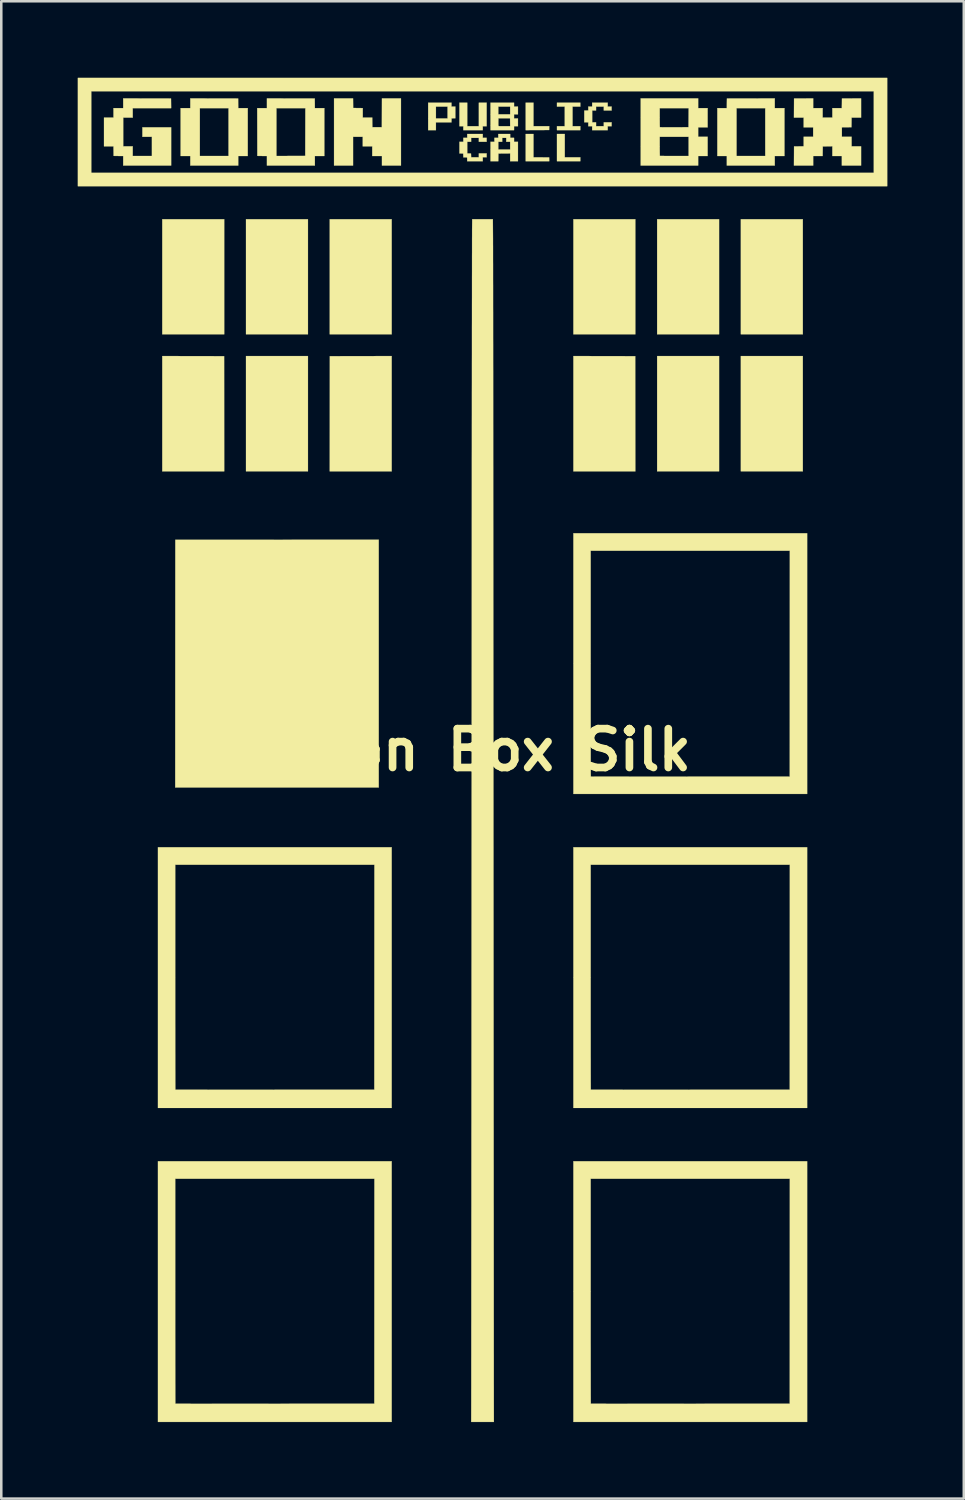
<source format=kicad_pcb>
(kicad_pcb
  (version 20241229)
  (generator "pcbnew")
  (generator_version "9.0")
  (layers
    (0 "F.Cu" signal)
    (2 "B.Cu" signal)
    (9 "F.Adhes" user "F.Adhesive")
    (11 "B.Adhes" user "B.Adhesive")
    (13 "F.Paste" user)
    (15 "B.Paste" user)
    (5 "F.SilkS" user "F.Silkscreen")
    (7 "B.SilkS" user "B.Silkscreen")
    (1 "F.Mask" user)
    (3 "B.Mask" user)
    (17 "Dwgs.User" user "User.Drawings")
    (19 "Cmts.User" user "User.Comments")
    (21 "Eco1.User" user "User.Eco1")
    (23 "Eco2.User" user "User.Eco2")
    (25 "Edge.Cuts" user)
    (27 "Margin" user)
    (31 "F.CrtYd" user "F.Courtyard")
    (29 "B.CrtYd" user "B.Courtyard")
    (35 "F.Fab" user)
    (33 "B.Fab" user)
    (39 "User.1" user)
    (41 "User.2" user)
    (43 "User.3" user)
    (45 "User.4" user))
  (footprint "Goon Box Silk"
    (layer "F.Cu")
    (at 15.866 26.361)
    (property "Reference" "Goon Box Silk" (at 0 0 0) (layer "F.SilkS") (effects (font (size 1.524 1.524) (thickness 0.3))))
    (attr through_hole)
    (fp_poly (pts (xy -10.123 -16.301) (xy -12.552 -16.301) (xy -12.552 -20.813) (xy -10.123 -20.813) (xy -10.123 -16.301)) (stroke (width 0.01) (type solid)) (fill yes) (layer "F.SilkS"))
    (fp_poly (pts (xy -6.839 -16.301) (xy -9.268 -16.301) (xy -9.268 -20.813) (xy -6.839 -20.813) (xy -6.839 -16.301)) (stroke (width 0.01) (type solid)) (fill yes) (layer "F.SilkS"))
    (fp_poly (pts (xy -6.839 -10.927) (xy -9.268 -10.927) (xy -9.268 -15.447) (xy -6.839 -15.447) (xy -6.839 -10.927)) (stroke (width 0.01) (type solid)) (fill yes) (layer "F.SilkS"))
    (fp_poly (pts (xy -3.555 -16.301) (xy -5.984 -16.301) (xy -5.984 -20.813) (xy -3.555 -20.813) (xy -3.555 -16.301)) (stroke (width 0.01) (type solid)) (fill yes) (layer "F.SilkS"))
    (fp_poly (pts (xy 6.001 -16.301) (xy 3.572 -16.301) (xy 3.572 -20.813) (xy 6.001 -20.813) (xy 6.001 -16.301)) (stroke (width 0.01) (type solid)) (fill yes) (layer "F.SilkS"))
    (fp_poly (pts (xy 9.285 -16.301) (xy 6.856 -16.301) (xy 6.856 -20.813) (xy 9.285 -20.813) (xy 9.285 -16.301)) (stroke (width 0.01) (type solid)) (fill yes) (layer "F.SilkS"))
    (fp_poly (pts (xy 9.285 -10.927) (xy 6.856 -10.927) (xy 6.856 -15.447) (xy 9.285 -15.447) (xy 9.285 -10.927)) (stroke (width 0.01) (type solid)) (fill yes) (layer "F.SilkS"))
    (fp_poly (pts (xy 12.569 -16.301) (xy 10.14 -16.301) (xy 10.14 -20.813) (xy 12.569 -20.813) (xy 12.569 -16.301)) (stroke (width 0.01) (type solid)) (fill yes) (layer "F.SilkS"))
    (fp_poly (pts (xy 12.569 -10.927) (xy 10.14 -10.927) (xy 10.14 -15.447) (xy 12.569 -15.447) (xy 12.569 -10.927)) (stroke (width 0.01) (type solid)) (fill yes) (layer "F.SilkS"))
    (fp_poly (pts (xy -4.063 1.473) (xy -12.044 1.473) (xy -12.042 -3.383) (xy -12.04 -8.24) (xy -4.063 -8.244) (xy -4.063 1.473)) (stroke (width 0.01) (type solid)) (fill yes) (layer "F.SilkS"))
    (fp_poly (pts (xy -11.339 -15.444) (xy -10.127 -15.442) (xy -10.125 -13.185) (xy -10.123 -10.927) (xy -12.552 -10.927) (xy -12.552 -15.447) (xy -11.339 -15.444)) (stroke (width 0.01) (type solid)) (fill yes) (layer "F.SilkS"))
    (fp_poly (pts (xy -3.555 -10.927) (xy -5.984 -10.927) (xy -5.982 -13.185) (xy -5.98 -15.442) (xy -4.767 -15.444) (xy -3.555 -15.447) (xy -3.555 -10.927)) (stroke (width 0.01) (type solid)) (fill yes) (layer "F.SilkS"))
    (fp_poly (pts (xy 3.233 -23.242) (xy 3.843 -23.242) (xy 3.843 -23.089) (xy 2.928 -23.089) (xy 2.928 -24.156) (xy 3.233 -24.156) (xy 3.233 -23.242)) (stroke (width 0.01) (type solid)) (fill yes) (layer "F.SilkS"))
    (fp_poly (pts (xy 4.784 -15.444) (xy 5.997 -15.442) (xy 5.999 -13.185) (xy 6.001 -10.927) (xy 3.572 -10.927) (xy 3.572 -15.447) (xy 4.784 -15.444)) (stroke (width 0.01) (type solid)) (fill yes) (layer "F.SilkS"))
    (fp_poly (pts (xy 2.006 -24.461) (xy 2.624 -24.461) (xy 2.622 -24.386) (xy 2.62 -24.312) (xy 2.16 -24.31) (xy 1.701 -24.308) (xy 1.701 -25.383) (xy 2.006 -25.383) (xy 2.006 -24.461)) (stroke (width 0.01) (type solid)) (fill yes) (layer "F.SilkS"))
    (fp_poly (pts (xy 2.006 -23.242) (xy 2.313 -23.24) (xy 2.62 -23.237) (xy 2.622 -23.163) (xy 2.624 -23.089) (xy 1.701 -23.089) (xy 1.701 -24.156) (xy 2.006 -24.156) (xy 2.006 -23.242)) (stroke (width 0.01) (type solid)) (fill yes) (layer "F.SilkS"))
    (fp_poly (pts (xy 15.878 -22.108) (xy -15.861 -22.108) (xy -15.861 -25.832) (xy -15.336 -25.832) (xy -15.336 -22.632) (xy 15.353 -22.632) (xy 15.353 -25.832) (xy -15.336 -25.832) (xy -15.861 -25.832) (xy -15.861 -26.356) (xy 15.878 -26.356) (xy 15.878 -22.108)) (stroke (width 0.01) (type solid)) (fill yes) (layer "F.SilkS"))
    (fp_poly (pts (xy -0.592 -24.461) (xy -0.135 -24.461) (xy -0.135 -25.383) (xy 0.169 -25.383) (xy 0.169 -24.461) (xy 0.017 -24.461) (xy 0.017 -24.308) (xy -0.745 -24.308) (xy -0.745 -24.461) (xy -0.897 -24.461) (xy -0.897 -25.383) (xy -0.592 -25.383) (xy -0.592 -24.461)) (stroke (width 0.01) (type solid)) (fill yes) (layer "F.SilkS"))
    (fp_poly (pts (xy 3.843 -25.231) (xy 3.538 -25.231) (xy 3.538 -24.461) (xy 3.843 -24.461) (xy 3.843 -24.308) (xy 2.928 -24.308) (xy 2.928 -24.461) (xy 3.233 -24.461) (xy 3.233 -25.231) (xy 2.928 -25.231) (xy 2.928 -25.383) (xy 3.843 -25.383) (xy 3.843 -25.231)) (stroke (width 0.01) (type solid)) (fill yes) (layer "F.SilkS"))
    (fp_poly (pts (xy -9.577 -25.548) (xy -9.575 -25.36) (xy -9.572 -25.171) (xy -9.2 -25.171) (xy -9.2 -23.293) (xy -9.573 -23.293) (xy -9.573 -22.92) (xy -11.452 -22.92) (xy -11.452 -23.293) (xy -11.832 -23.293) (xy -11.832 -25.171) (xy -11.452 -25.171) (xy -11.079 -25.171) (xy -11.079 -23.293) (xy -9.953 -23.293) (xy -9.953 -25.171) (xy -11.079 -25.171) (xy -11.452 -25.171) (xy -11.452 -25.552) (xy -9.577 -25.548)) (stroke (width 0.01) (type solid)) (fill yes) (layer "F.SilkS"))
    (fp_poly (pts (xy -1.21 -25.231) (xy -1.058 -25.231) (xy -1.058 -24.774) (xy -1.132 -24.772) (xy -1.206 -24.769) (xy -1.209 -24.691) (xy -1.211 -24.613) (xy -1.82 -24.613) (xy -1.82 -24.308) (xy -2.124 -24.308) (xy -2.124 -25.231) (xy -1.82 -25.231) (xy -1.82 -24.765) (xy -1.363 -24.765) (xy -1.363 -25.231) (xy -1.82 -25.231) (xy -2.124 -25.231) (xy -2.124 -25.383) (xy -1.21 -25.383) (xy -1.21 -25.231)) (stroke (width 0.01) (type solid)) (fill yes) (layer "F.SilkS"))
    (fp_poly (pts (xy 11.469 -25.171) (xy 11.849 -25.171) (xy 11.849 -23.293) (xy 11.469 -23.293) (xy 11.469 -22.92) (xy 9.59 -22.92) (xy 9.59 -23.293) (xy 9.217 -23.293) (xy 9.217 -25.171) (xy 9.589 -25.171) (xy 9.97 -25.171) (xy 9.97 -23.293) (xy 11.096 -23.293) (xy 11.096 -25.171) (xy 9.97 -25.171) (xy 9.589 -25.171) (xy 9.591 -25.36) (xy 9.594 -25.548) (xy 11.469 -25.552) (xy 11.469 -25.171)) (stroke (width 0.01) (type solid)) (fill yes) (layer "F.SilkS"))
    (fp_poly (pts (xy -6.572 -25.548) (xy -6.57 -25.36) (xy -6.568 -25.171) (xy -6.196 -25.171) (xy -6.196 -23.293) (xy -6.568 -23.293) (xy -6.568 -22.92) (xy -8.447 -22.92) (xy -8.447 -23.292) (xy -8.635 -23.294) (xy -8.824 -23.297) (xy -8.828 -25.171) (xy -8.447 -25.171) (xy -8.075 -25.171) (xy -8.075 -23.292) (xy -7.51 -23.295) (xy -6.945 -23.297) (xy -6.94 -25.171) (xy -8.075 -25.171) (xy -8.447 -25.171) (xy -8.447 -25.552) (xy -6.572 -25.548)) (stroke (width 0.01) (type solid)) (fill yes) (layer "F.SilkS"))
    (fp_poly (pts (xy -5.068 -25.364) (xy -5.066 -25.176) (xy -4.877 -25.173) (xy -4.689 -25.171) (xy -4.689 -24.799) (xy -4.317 -24.799) (xy -4.315 -24.611) (xy -4.312 -24.422) (xy -3.94 -24.422) (xy -3.938 -24.987) (xy -3.936 -25.552) (xy -3.191 -25.552) (xy -3.191 -22.92) (xy -3.936 -22.92) (xy -3.936 -23.293) (xy -4.317 -23.293) (xy -4.317 -23.673) (xy -4.689 -23.673) (xy -4.689 -24.046) (xy -5.07 -24.046) (xy -5.07 -22.92) (xy -5.815 -22.92) (xy -5.815 -25.552) (xy -5.07 -25.552) (xy -5.068 -25.364)) (stroke (width 0.01) (type solid)) (fill yes) (layer "F.SilkS"))
    (fp_poly (pts (xy -12.209 -25.548) (xy -12.207 -25.36) (xy -12.205 -25.171) (xy -13.711 -25.171) (xy -13.711 -24.799) (xy -14.084 -24.799) (xy -14.084 -23.673) (xy -13.711 -23.673) (xy -13.711 -23.293) (xy -12.958 -23.293) (xy -12.958 -24.046) (xy -13.331 -24.046) (xy -13.331 -24.418) (xy -12.205 -24.418) (xy -12.205 -22.92) (xy -14.084 -22.92) (xy -14.084 -23.292) (xy -14.272 -23.294) (xy -14.46 -23.297) (xy -14.465 -23.673) (xy -14.837 -23.673) (xy -14.837 -24.799) (xy -14.465 -24.799) (xy -14.465 -25.171) (xy -14.084 -25.171) (xy -14.084 -25.552) (xy -12.209 -25.548)) (stroke (width 0.01) (type solid)) (fill yes) (layer "F.SilkS"))
    (fp_poly (pts (xy 1.092 -24.003) (xy 1.244 -24.003) (xy 1.244 -23.851) (xy 1.397 -23.851) (xy 1.397 -23.089) (xy 1.092 -23.089) (xy 1.092 -23.394) (xy 0.631 -23.39) (xy 0.628 -23.24) (xy 0.626 -23.089) (xy 0.322 -23.089) (xy 0.322 -23.851) (xy 0.474 -23.851) (xy 0.626 -23.851) (xy 0.626 -23.546) (xy 1.092 -23.546) (xy 1.092 -23.851) (xy 0.939 -23.851) (xy 0.939 -24.003) (xy 0.779 -24.003) (xy 0.779 -23.851) (xy 0.626 -23.851) (xy 0.474 -23.851) (xy 0.474 -24.003) (xy 0.626 -24.003) (xy 0.626 -24.156) (xy 1.092 -24.156) (xy 1.092 -24.003)) (stroke (width 0.01) (type solid)) (fill yes) (layer "F.SilkS"))
    (fp_poly (pts (xy 4.917 -25.231) (xy 5.07 -25.231) (xy 5.07 -25.078) (xy 4.765 -25.078) (xy 4.765 -25.231) (xy 4.46 -25.231) (xy 4.46 -25.078) (xy 4.308 -25.078) (xy 4.308 -24.613) (xy 4.46 -24.613) (xy 4.46 -24.461) (xy 4.765 -24.461) (xy 4.765 -24.613) (xy 5.07 -24.613) (xy 5.07 -24.461) (xy 4.917 -24.461) (xy 4.917 -24.308) (xy 4.308 -24.308) (xy 4.308 -24.461) (xy 4.156 -24.461) (xy 4.156 -24.612) (xy 4.077 -24.615) (xy 3.999 -24.617) (xy 3.999 -25.074) (xy 4.077 -25.077) (xy 4.156 -25.079) (xy 4.156 -25.231) (xy 4.308 -25.231) (xy 4.308 -25.383) (xy 4.917 -25.383) (xy 4.917 -25.231)) (stroke (width 0.01) (type solid)) (fill yes) (layer "F.SilkS"))
    (fp_poly (pts (xy 0.017 -24.003) (xy 0.169 -24.003) (xy 0.169 -23.851) (xy -0.135 -23.851) (xy -0.135 -24.003) (xy -0.44 -24.003) (xy -0.44 -23.851) (xy -0.592 -23.851) (xy -0.592 -23.395) (xy -0.518 -23.392) (xy -0.444 -23.39) (xy -0.442 -23.316) (xy -0.439 -23.242) (xy -0.135 -23.242) (xy -0.135 -23.394) (xy 0.169 -23.394) (xy 0.169 -23.242) (xy 0.017 -23.242) (xy 0.017 -23.089) (xy -0.592 -23.089) (xy -0.594 -23.163) (xy -0.597 -23.237) (xy -0.67 -23.24) (xy -0.744 -23.242) (xy -0.749 -23.39) (xy -0.823 -23.392) (xy -0.897 -23.395) (xy -0.897 -23.851) (xy -0.745 -23.851) (xy -0.745 -24.003) (xy -0.592 -24.003) (xy -0.592 -24.156) (xy 0.017 -24.156) (xy 0.017 -24.003)) (stroke (width 0.01) (type solid)) (fill yes) (layer "F.SilkS"))
    (fp_poly (pts (xy 1.244 -25.231) (xy 1.397 -25.231) (xy 1.397 -24.926) (xy 1.244 -24.926) (xy 1.244 -24.765) (xy 1.397 -24.765) (xy 1.397 -24.461) (xy 1.244 -24.461) (xy 1.244 -24.308) (xy 0.322 -24.308) (xy 0.322 -24.535) (xy 0.628 -24.535) (xy 0.628 -24.501) (xy 0.629 -24.479) (xy 0.63 -24.471) (xy 0.635 -24.468) (xy 0.648 -24.465) (xy 0.67 -24.463) (xy 0.703 -24.462) (xy 0.749 -24.461) (xy 0.809 -24.461) (xy 0.863 -24.461) (xy 1.092 -24.461) (xy 1.088 -24.769) (xy 0.631 -24.769) (xy 0.628 -24.626) (xy 0.628 -24.578) (xy 0.628 -24.535) (xy 0.322 -24.535) (xy 0.322 -25.231) (xy 0.626 -25.231) (xy 0.626 -24.926) (xy 1.092 -24.926) (xy 1.092 -25.231) (xy 0.626 -25.231) (xy 0.322 -25.231) (xy 0.322 -25.383) (xy 1.244 -25.383) (xy 1.244 -25.231)) (stroke (width 0.01) (type solid)) (fill yes) (layer "F.SilkS"))
    (fp_poly (pts (xy 14.854 -24.799) (xy 14.482 -24.799) (xy 14.48 -24.611) (xy 14.477 -24.422) (xy 14.289 -24.42) (xy 14.101 -24.418) (xy 14.101 -24.046) (xy 14.482 -24.046) (xy 14.482 -23.673) (xy 14.854 -23.673) (xy 14.854 -22.92) (xy 14.101 -22.92) (xy 14.101 -23.293) (xy 13.728 -23.293) (xy 13.728 -23.674) (xy 13.54 -23.671) (xy 13.352 -23.669) (xy 13.347 -23.293) (xy 12.975 -23.293) (xy 12.975 -22.92) (xy 12.222 -22.92) (xy 12.224 -23.295) (xy 12.226 -23.669) (xy 12.414 -23.671) (xy 12.603 -23.674) (xy 12.603 -24.046) (xy 12.975 -24.046) (xy 12.975 -24.418) (xy 12.603 -24.418) (xy 12.603 -24.799) (xy 12.222 -24.799) (xy 12.226 -25.548) (xy 12.601 -25.55) (xy 12.975 -25.553) (xy 12.975 -25.171) (xy 13.347 -25.171) (xy 13.347 -24.799) (xy 13.728 -24.799) (xy 13.728 -25.171) (xy 14.1 -25.171) (xy 14.103 -25.36) (xy 14.105 -25.548) (xy 14.854 -25.553) (xy 14.854 -24.799)) (stroke (width 0.01) (type solid)) (fill yes) (layer "F.SilkS"))
    (fp_poly (pts (xy 8.464 -25.171) (xy 8.836 -25.171) (xy 8.836 -24.418) (xy 8.464 -24.418) (xy 8.464 -24.046) (xy 8.836 -24.046) (xy 8.836 -23.293) (xy 8.464 -23.293) (xy 8.464 -22.92) (xy 6.212 -22.92) (xy 6.212 -24.046) (xy 6.957 -24.046) (xy 6.957 -23.675) (xy 6.957 -23.597) (xy 6.958 -23.525) (xy 6.958 -23.459) (xy 6.959 -23.403) (xy 6.96 -23.357) (xy 6.961 -23.323) (xy 6.962 -23.303) (xy 6.963 -23.298) (xy 6.972 -23.297) (xy 6.997 -23.296) (xy 7.036 -23.295) (xy 7.087 -23.295) (xy 7.15 -23.294) (xy 7.223 -23.293) (xy 7.304 -23.293) (xy 7.392 -23.293) (xy 7.486 -23.293) (xy 7.53 -23.293) (xy 8.091 -23.293) (xy 8.091 -24.046) (xy 6.957 -24.046) (xy 6.212 -24.046) (xy 6.212 -25.171) (xy 6.957 -25.171) (xy 6.957 -24.8) (xy 6.957 -24.723) (xy 6.958 -24.65) (xy 6.958 -24.585) (xy 6.959 -24.528) (xy 6.96 -24.482) (xy 6.961 -24.448) (xy 6.962 -24.428) (xy 6.963 -24.424) (xy 6.972 -24.423) (xy 6.997 -24.422) (xy 7.036 -24.421) (xy 7.087 -24.421) (xy 7.15 -24.42) (xy 7.223 -24.42) (xy 7.304 -24.42) (xy 7.392 -24.42) (xy 7.486 -24.42) (xy 7.528 -24.42) (xy 8.087 -24.422) (xy 8.092 -25.171) (xy 6.957 -25.171) (xy 6.212 -25.171) (xy 6.212 -25.552) (xy 8.464 -25.552) (xy 8.464 -25.171)) (stroke (width 0.01) (type solid)) (fill yes) (layer "F.SilkS"))
    (fp_poly (pts (xy 12.738 1.727) (xy 3.572 1.727) (xy 3.572 -7.812) (xy 4.249 -7.812) (xy 4.249 -3.387) (xy 4.249 -3.114) (xy 4.249 -2.845) (xy 4.249 -2.581) (xy 4.249 -2.323) (xy 4.249 -2.07) (xy 4.249 -1.823) (xy 4.249 -1.583) (xy 4.249 -1.35) (xy 4.25 -1.125) (xy 4.25 -0.908) (xy 4.25 -0.7) (xy 4.25 -0.501) (xy 4.25 -0.312) (xy 4.251 -0.132) (xy 4.251 0.036) (xy 4.251 0.193) (xy 4.251 0.339) (xy 4.252 0.472) (xy 4.252 0.593) (xy 4.252 0.7) (xy 4.253 0.794) (xy 4.253 0.874) (xy 4.253 0.939) (xy 4.254 0.989) (xy 4.254 1.023) (xy 4.254 1.041) (xy 4.255 1.044) (xy 4.263 1.044) (xy 4.288 1.045) (xy 4.329 1.045) (xy 4.386 1.045) (xy 4.457 1.046) (xy 4.542 1.046) (xy 4.642 1.046) (xy 4.754 1.046) (xy 4.879 1.047) (xy 5.016 1.047) (xy 5.165 1.047) (xy 5.325 1.047) (xy 5.496 1.047) (xy 5.677 1.047) (xy 5.867 1.048) (xy 6.066 1.048) (xy 6.274 1.048) (xy 6.489 1.048) (xy 6.712 1.048) (xy 6.942 1.048) (xy 7.178 1.048) (xy 7.42 1.048) (xy 7.668 1.048) (xy 7.92 1.048) (xy 8.158 1.047) (xy 12.057 1.045) (xy 12.061 -7.812) (xy 4.249 -7.812) (xy 3.572 -7.812) (xy 3.572 -8.498) (xy 12.738 -8.498) (xy 12.738 1.727)) (stroke (width 0.01) (type solid)) (fill yes) (layer "F.SilkS"))
    (fp_poly (pts (xy -3.555 14.042) (xy -12.721 14.042) (xy -12.721 4.503) (xy -12.044 4.503) (xy -12.044 8.911) (xy -12.044 9.183) (xy -12.044 9.452) (xy -12.044 9.715) (xy -12.044 9.973) (xy -12.044 10.226) (xy -12.044 10.472) (xy -12.044 10.711) (xy -12.043 10.944) (xy -12.043 11.168) (xy -12.043 11.385) (xy -12.043 11.592) (xy -12.043 11.791) (xy -12.042 11.979) (xy -12.042 12.158) (xy -12.042 12.326) (xy -12.042 12.482) (xy -12.041 12.627) (xy -12.041 12.76) (xy -12.041 12.88) (xy -12.041 12.987) (xy -12.04 13.08) (xy -12.04 13.159) (xy -12.04 13.223) (xy -12.039 13.272) (xy -12.039 13.305) (xy -12.039 13.323) (xy -12.038 13.325) (xy -12.03 13.325) (xy -12.005 13.326) (xy -11.963 13.326) (xy -11.907 13.326) (xy -11.836 13.327) (xy -11.751 13.327) (xy -11.651 13.327) (xy -11.539 13.327) (xy -11.414 13.328) (xy -11.276 13.328) (xy -11.128 13.328) (xy -10.967 13.328) (xy -10.797 13.328) (xy -10.616 13.329) (xy -10.426 13.329) (xy -10.227 13.329) (xy -10.019 13.329) (xy -9.804 13.329) (xy -9.581 13.329) (xy -9.351 13.329) (xy -9.115 13.329) (xy -8.873 13.329) (xy -8.625 13.329) (xy -8.373 13.329) (xy -8.134 13.328) (xy -4.236 13.326) (xy -4.234 8.915) (xy -4.232 4.503) (xy -12.044 4.503) (xy -12.721 4.503) (xy -12.721 3.817) (xy -3.555 3.817) (xy -3.555 14.042)) (stroke (width 0.01) (type solid)) (fill yes) (layer "F.SilkS"))
    (fp_poly (pts (xy -3.555 26.356) (xy -12.721 26.356) (xy -12.721 16.818) (xy -12.044 16.818) (xy -12.044 21.226) (xy -12.044 21.498) (xy -12.044 21.766) (xy -12.044 22.03) (xy -12.044 22.288) (xy -12.044 22.541) (xy -12.044 22.787) (xy -12.044 23.026) (xy -12.043 23.259) (xy -12.043 23.483) (xy -12.043 23.699) (xy -12.043 23.907) (xy -12.043 24.105) (xy -12.042 24.294) (xy -12.042 24.473) (xy -12.042 24.64) (xy -12.042 24.797) (xy -12.041 24.942) (xy -12.041 25.075) (xy -12.041 25.195) (xy -12.041 25.301) (xy -12.04 25.395) (xy -12.04 25.473) (xy -12.04 25.538) (xy -12.039 25.587) (xy -12.039 25.62) (xy -12.039 25.637) (xy -12.038 25.64) (xy -12.03 25.64) (xy -12.005 25.641) (xy -11.963 25.641) (xy -11.907 25.641) (xy -11.836 25.641) (xy -11.751 25.642) (xy -11.651 25.642) (xy -11.539 25.642) (xy -11.414 25.643) (xy -11.276 25.643) (xy -11.128 25.643) (xy -10.967 25.643) (xy -10.797 25.643) (xy -10.616 25.643) (xy -10.426 25.644) (xy -10.227 25.644) (xy -10.019 25.644) (xy -9.804 25.644) (xy -9.581 25.644) (xy -9.351 25.644) (xy -9.115 25.644) (xy -8.873 25.644) (xy -8.625 25.644) (xy -8.373 25.643) (xy -8.134 25.643) (xy -4.236 25.641) (xy -4.234 21.229) (xy -4.232 16.818) (xy -12.044 16.818) (xy -12.721 16.818) (xy -12.721 16.132) (xy -3.555 16.132) (xy -3.555 26.356)) (stroke (width 0.01) (type solid)) (fill yes) (layer "F.SilkS"))
    (fp_poly (pts (xy 12.738 14.042) (xy 3.572 14.042) (xy 3.572 4.503) (xy 4.249 4.503) (xy 4.249 8.911) (xy 4.249 9.183) (xy 4.249 9.452) (xy 4.249 9.715) (xy 4.249 9.973) (xy 4.249 10.226) (xy 4.249 10.472) (xy 4.249 10.711) (xy 4.249 10.944) (xy 4.25 11.168) (xy 4.25 11.385) (xy 4.25 11.592) (xy 4.25 11.791) (xy 4.25 11.979) (xy 4.251 12.158) (xy 4.251 12.326) (xy 4.251 12.482) (xy 4.251 12.627) (xy 4.252 12.76) (xy 4.252 12.88) (xy 4.252 12.987) (xy 4.253 13.08) (xy 4.253 13.159) (xy 4.253 13.223) (xy 4.254 13.272) (xy 4.254 13.305) (xy 4.254 13.323) (xy 4.255 13.325) (xy 4.263 13.325) (xy 4.288 13.326) (xy 4.329 13.326) (xy 4.386 13.326) (xy 4.457 13.327) (xy 4.542 13.327) (xy 4.642 13.327) (xy 4.754 13.327) (xy 4.879 13.328) (xy 5.016 13.328) (xy 5.165 13.328) (xy 5.325 13.328) (xy 5.496 13.328) (xy 5.677 13.329) (xy 5.867 13.329) (xy 6.066 13.329) (xy 6.274 13.329) (xy 6.489 13.329) (xy 6.712 13.329) (xy 6.942 13.329) (xy 7.178 13.329) (xy 7.42 13.329) (xy 7.668 13.329) (xy 7.92 13.329) (xy 8.158 13.328) (xy 12.057 13.326) (xy 12.059 8.915) (xy 12.061 4.503) (xy 4.249 4.503) (xy 3.572 4.503) (xy 3.572 3.817) (xy 12.738 3.817) (xy 12.738 14.042)) (stroke (width 0.01) (type solid)) (fill yes) (layer "F.SilkS"))
    (fp_poly (pts (xy 12.738 26.356) (xy 3.572 26.356) (xy 3.572 16.818) (xy 4.249 16.818) (xy 4.249 21.226) (xy 4.249 21.498) (xy 4.249 21.766) (xy 4.249 22.03) (xy 4.249 22.288) (xy 4.249 22.541) (xy 4.249 22.787) (xy 4.249 23.026) (xy 4.249 23.259) (xy 4.25 23.483) (xy 4.25 23.699) (xy 4.25 23.907) (xy 4.25 24.105) (xy 4.25 24.294) (xy 4.251 24.473) (xy 4.251 24.64) (xy 4.251 24.797) (xy 4.251 24.942) (xy 4.252 25.075) (xy 4.252 25.195) (xy 4.252 25.301) (xy 4.253 25.395) (xy 4.253 25.473) (xy 4.253 25.538) (xy 4.254 25.587) (xy 4.254 25.62) (xy 4.254 25.637) (xy 4.255 25.64) (xy 4.263 25.64) (xy 4.288 25.641) (xy 4.329 25.641) (xy 4.386 25.641) (xy 4.457 25.641) (xy 4.542 25.642) (xy 4.642 25.642) (xy 4.754 25.642) (xy 4.879 25.643) (xy 5.016 25.643) (xy 5.165 25.643) (xy 5.325 25.643) (xy 5.496 25.643) (xy 5.677 25.643) (xy 5.867 25.644) (xy 6.066 25.644) (xy 6.274 25.644) (xy 6.489 25.644) (xy 6.712 25.644) (xy 6.942 25.644) (xy 7.178 25.644) (xy 7.42 25.644) (xy 7.668 25.644) (xy 7.92 25.643) (xy 8.158 25.643) (xy 12.057 25.641) (xy 12.059 21.229) (xy 12.061 16.818) (xy 4.249 16.818) (xy 3.572 16.818) (xy 3.572 16.132) (xy 12.738 16.132) (xy 12.738 26.356)) (stroke (width 0.01) (type solid)) (fill yes) (layer "F.SilkS"))
    (fp_poly (pts (xy 0.418 -20.057) (xy 0.418 -20.028) (xy 0.418 -19.981) (xy 0.418 -19.919) (xy 0.418 -19.84) (xy 0.419 -19.745) (xy 0.419 -19.634) (xy 0.419 -19.508) (xy 0.419 -19.366) (xy 0.419 -19.209) (xy 0.42 -19.038) (xy 0.42 -18.852) (xy 0.42 -18.652) (xy 0.42 -18.437) (xy 0.421 -18.209) (xy 0.421 -17.966) (xy 0.421 -17.711) (xy 0.421 -17.442) (xy 0.422 -17.16) (xy 0.422 -16.866) (xy 0.422 -16.559) (xy 0.422 -16.24) (xy 0.423 -15.909) (xy 0.423 -15.566) (xy 0.423 -15.211) (xy 0.424 -14.845) (xy 0.424 -14.468) (xy 0.424 -14.08) (xy 0.425 -13.682) (xy 0.425 -13.273) (xy 0.425 -12.854) (xy 0.426 -12.425) (xy 0.426 -11.986) (xy 0.426 -11.538) (xy 0.427 -11.08) (xy 0.427 -10.614) (xy 0.427 -10.138) (xy 0.428 -9.655) (xy 0.428 -9.163) (xy 0.429 -8.663) (xy 0.429 -8.155) (xy 0.429 -7.639) (xy 0.43 -7.116) (xy 0.43 -6.586) (xy 0.43 -6.049) (xy 0.431 -5.505) (xy 0.431 -4.955) (xy 0.431 -4.399) (xy 0.432 -3.837) (xy 0.432 -3.269) (xy 0.433 -2.695) (xy 0.433 -2.116) (xy 0.433 -1.532) (xy 0.434 -0.944) (xy 0.434 -0.35) (xy 0.435 0.247) (xy 0.435 0.849) (xy 0.435 1.454) (xy 0.436 2.064) (xy 0.436 2.607) (xy 0.436 3.22) (xy 0.437 3.829) (xy 0.437 4.435) (xy 0.437 5.037) (xy 0.438 5.635) (xy 0.438 6.229) (xy 0.439 6.819) (xy 0.439 7.403) (xy 0.439 7.983) (xy 0.44 8.558) (xy 0.44 9.127) (xy 0.44 9.69) (xy 0.441 10.248) (xy 0.441 10.799) (xy 0.441 11.344) (xy 0.442 11.882) (xy 0.442 12.414) (xy 0.442 12.938) (xy 0.443 13.455) (xy 0.443 13.965) (xy 0.443 14.467) (xy 0.444 14.961) (xy 0.444 15.446) (xy 0.444 15.923) (xy 0.445 16.391) (xy 0.445 16.851) (xy 0.445 17.301) (xy 0.445 17.742) (xy 0.446 18.173) (xy 0.446 18.594) (xy 0.446 19.005) (xy 0.446 19.405) (xy 0.447 19.795) (xy 0.447 20.175) (xy 0.447 20.543) (xy 0.448 20.899) (xy 0.448 21.245) (xy 0.448 21.578) (xy 0.448 21.899) (xy 0.448 22.209) (xy 0.449 22.505) (xy 0.449 22.789) (xy 0.449 23.06) (xy 0.449 23.318) (xy 0.449 23.562) (xy 0.45 23.793) (xy 0.45 24.009) (xy 0.45 24.212) (xy 0.45 24.4) (xy 0.45 24.574) (xy 0.45 24.733) (xy 0.45 24.876) (xy 0.451 25.005) (xy 0.451 25.117) (xy 0.451 25.214) (xy 0.451 25.295) (xy 0.451 25.36) (xy 0.451 25.408) (xy 0.451 25.436) (xy 0.453 26.356) (xy -0.436 26.356) (xy -0.434 25.567) (xy -0.434 25.537) (xy -0.434 25.49) (xy -0.434 25.426) (xy -0.434 25.347) (xy -0.434 25.251) (xy -0.434 25.139) (xy -0.433 25.012) (xy -0.433 24.87) (xy -0.433 24.713) (xy -0.433 24.54) (xy -0.433 24.353) (xy -0.433 24.152) (xy -0.433 23.937) (xy -0.432 23.707) (xy -0.432 23.464) (xy -0.432 23.208) (xy -0.432 22.938) (xy -0.432 22.655) (xy -0.431 22.36) (xy -0.431 22.052) (xy -0.431 21.731) (xy -0.431 21.399) (xy -0.431 21.055) (xy -0.43 20.699) (xy -0.43 20.331) (xy -0.43 19.953) (xy -0.43 19.564) (xy -0.429 19.164) (xy -0.429 18.753) (xy -0.429 18.332) (xy -0.428 17.901) (xy -0.428 17.461) (xy -0.428 17.011) (xy -0.428 16.552) (xy -0.427 16.083) (xy -0.427 15.606) (xy -0.427 15.12) (xy -0.426 14.626) (xy -0.426 14.123) (xy -0.426 13.613) (xy -0.425 13.095) (xy -0.425 12.569) (xy -0.425 12.037) (xy -0.424 11.497) (xy -0.424 10.95) (xy -0.424 10.397) (xy -0.423 9.838) (xy -0.423 9.272) (xy -0.423 8.701) (xy -0.422 8.124) (xy -0.422 7.542) (xy -0.422 6.955) (xy -0.421 6.362) (xy -0.421 5.765) (xy -0.421 5.164) (xy -0.42 4.558) (xy -0.42 3.949) (xy -0.419 3.335) (xy -0.419 2.718) (xy -0.419 2.416) (xy -0.419 1.799) (xy -0.418 1.185) (xy -0.418 0.576) (xy -0.417 -0.03) (xy -0.417 -0.631) (xy -0.417 -1.228) (xy -0.416 -1.82) (xy -0.416 -2.407) (xy -0.416 -2.989) (xy -0.415 -3.565) (xy -0.415 -4.135) (xy -0.414 -4.7) (xy -0.414 -5.258) (xy -0.414 -5.81) (xy -0.413 -6.356) (xy -0.413 -6.894) (xy -0.413 -7.425) (xy -0.412 -7.95) (xy -0.412 -8.466) (xy -0.412 -8.975) (xy -0.411 -9.476) (xy -0.411 -9.969) (xy -0.41 -10.453) (xy -0.41 -10.929) (xy -0.41 -11.395) (xy -0.409 -11.853) (xy -0.409 -12.301) (xy -0.409 -12.74) (xy -0.408 -13.169) (xy -0.408 -13.588) (xy -0.408 -13.997) (xy -0.407 -14.395) (xy -0.407 -14.783) (xy -0.407 -15.16) (xy -0.406 -15.525) (xy -0.406 -15.879) (xy -0.406 -16.222) (xy -0.406 -16.553) (xy -0.405 -16.871) (xy -0.405 -17.178) (xy -0.405 -17.472) (xy -0.404 -17.753) (xy -0.404 -18.021) (xy -0.404 -18.277) (xy -0.404 -18.518) (xy -0.403 -18.746) (xy -0.403 -18.961) (xy -0.403 -19.161) (xy -0.403 -19.347) (xy -0.402 -19.518) (xy -0.402 -19.675) (xy -0.402 -19.816) (xy -0.402 -19.943) (xy -0.402 -20.053) (xy -0.401 -20.149) (xy -0.401 -20.228) (xy -0.401 -20.291) (xy -0.401 -20.338) (xy -0.401 -20.369) (xy -0.401 -20.379) (xy -0.396 -20.813) (xy 0.413 -20.813) (xy 0.418 -20.057)) (stroke (width 0.01) (type solid)) (fill yes) (layer "F.SilkS")))
  (gr_rect
    (start -3 -3)
    (end 34.749 55.723)
    (stroke (width 0.1) (type default))
    (fill no)
    (layer "Edge.Cuts")))
</source>
